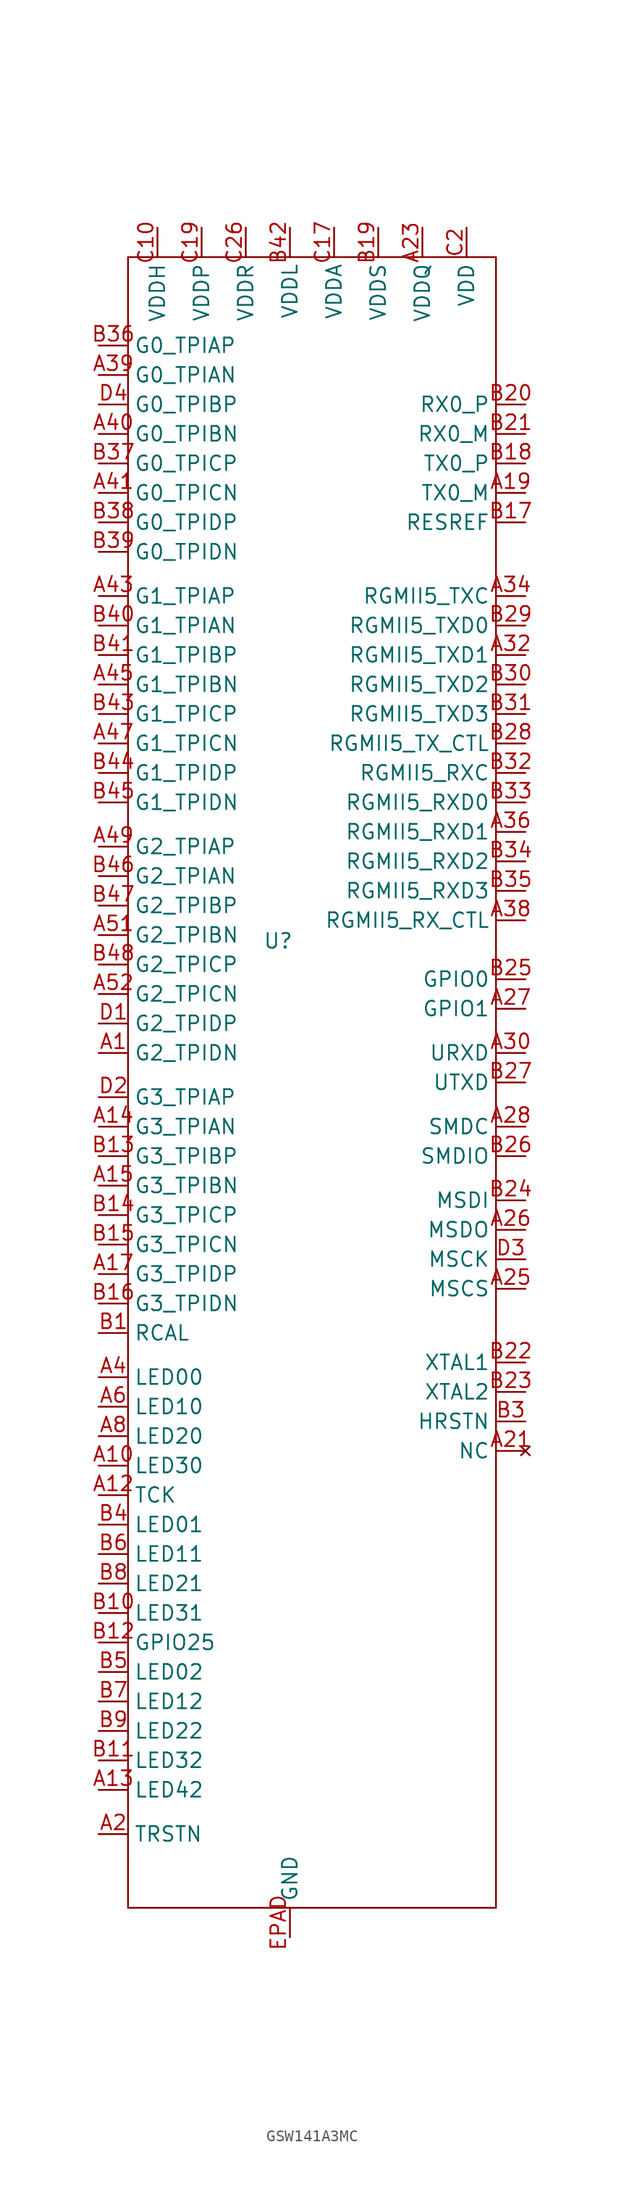
<source format=kicad_sym>
(kicad_symbol_lib
  (version 20231120)
  (generator "kicad_symbol_editor")
  (generator_version "8.0")
  (symbol "GSW141A3MC"
    (property "Reference" "U"
      (at -1.016 0.762 0)
      (effects (font (size 1.27 1.27))))
    (property "Value" ""
      (at -1.27 21.59 0)
      (effects (font (size 1.27 1.27))))
    (symbol "GSW141A3MC_0_1"
      (rectangle (start -13.97 59.69) (end 17.78 -82.55) (stroke (width 0) (type default)) (fill (type none))))
    (symbol "GSW141A3MC_1_0"
      (pin bidirectional line (at -16.51 -8.89 0) (length 2.54) (name "G2_TPIDN" (effects (font (size 1.27 1.27)))) (number "A1" (effects (font (size 1.27 1.27)))))
      (pin output line (at -16.51 -44.45 0) (length 2.54) (name "LED30" (effects (font (size 1.27 1.27)))) (number "A10" (effects (font (size 1.27 1.27)))))
      (pin output line (at -16.51 -46.99 0) (length 2.54) (name "TCK" (effects (font (size 1.27 1.27)))) (number "A12" (effects (font (size 1.27 1.27)))))
      (pin output line (at -16.51 -72.39 0) (length 2.54) (name "LED42" (effects (font (size 1.27 1.27)))) (number "A13" (effects (font (size 1.27 1.27)))))
      (pin bidirectional line (at -16.51 -15.24 0) (length 2.54) (name "G3_TPIAN" (effects (font (size 1.27 1.27)))) (number "A14" (effects (font (size 1.27 1.27)))))
      (pin bidirectional line (at -16.51 -20.32 0) (length 2.54) (name "G3_TPIBN" (effects (font (size 1.27 1.27)))) (number "A15" (effects (font (size 1.27 1.27)))))
      (pin bidirectional line (at -16.51 -27.94 0) (length 2.54) (name "G3_TPIDP" (effects (font (size 1.27 1.27)))) (number "A17" (effects (font (size 1.27 1.27)))))
      (pin output line (at 20.32 39.37 180) (length 2.54) (name "TX0_M" (effects (font (size 1.27 1.27)))) (number "A19" (effects (font (size 1.27 1.27)))))
      (pin input line (at -16.51 -76.2 0) (length 2.54) (name "TRSTN" (effects (font (size 1.27 1.27)))) (number "A2" (effects (font (size 1.27 1.27)))))
      (pin no_connect line (at 20.32 -43.18 180) (length 2.54) (name "NC" (effects (font (size 1.27 1.27)))) (number "A21" (effects (font (size 1.27 1.27)))))
      (pin power_in line (at 11.43 62.23 270) (length 2.54) (name "VDDQ" (effects (font (size 1.27 1.27)))) (number "A23" (effects (font (size 1.27 1.27)))))
      (pin bidirectional line (at 20.32 -29.21 180) (length 2.54) (name "MSCS" (effects (font (size 1.27 1.27)))) (number "A25" (effects (font (size 1.27 1.27)))))
      (pin bidirectional line (at 20.32 -24.13 180) (length 2.54) (name "MSDO" (effects (font (size 1.27 1.27)))) (number "A26" (effects (font (size 1.27 1.27)))))
      (pin bidirectional line (at 20.32 -5.08 180) (length 2.54) (name "GPIO1" (effects (font (size 1.27 1.27)))) (number "A27" (effects (font (size 1.27 1.27)))))
      (pin bidirectional line (at 20.32 -15.24 180) (length 2.54) (name "SMDC" (effects (font (size 1.27 1.27)))) (number "A28" (effects (font (size 1.27 1.27)))))
      (pin bidirectional line (at 20.32 -8.89 180) (length 2.54) (name "URXD" (effects (font (size 1.27 1.27)))) (number "A30" (effects (font (size 1.27 1.27)))))
      (pin output line (at 20.32 25.4 180) (length 2.54) (name "RGMII5_TXD1" (effects (font (size 1.27 1.27)))) (number "A32" (effects (font (size 1.27 1.27)))))
      (pin output line (at 20.32 30.48 180) (length 2.54) (name "RGMII5_TXC" (effects (font (size 1.27 1.27)))) (number "A34" (effects (font (size 1.27 1.27)))))
      (pin input line (at 20.32 10.16 180) (length 2.54) (name "RGMII5_RXD1" (effects (font (size 1.27 1.27)))) (number "A36" (effects (font (size 1.27 1.27)))))
      (pin input line (at 20.32 2.54 180) (length 2.54) (name "RGMII5_RX_CTL" (effects (font (size 1.27 1.27)))) (number "A38" (effects (font (size 1.27 1.27)))))
      (pin output line (at -16.51 -36.83 0) (length 2.54) (name "LED00" (effects (font (size 1.27 1.27)))) (number "A4" (effects (font (size 1.27 1.27)))))
      (pin bidirectional line (at -16.51 30.48 0) (length 2.54) (name "G1_TPIAP" (effects (font (size 1.27 1.27)))) (number "A43" (effects (font (size 1.27 1.27)))))
      (pin bidirectional line (at -16.51 22.86 0) (length 2.54) (name "G1_TPIBN" (effects (font (size 1.27 1.27)))) (number "A45" (effects (font (size 1.27 1.27)))))
      (pin bidirectional line (at -16.51 17.78 0) (length 2.54) (name "G1_TPICN" (effects (font (size 1.27 1.27)))) (number "A47" (effects (font (size 1.27 1.27)))))
      (pin bidirectional line (at -16.51 8.89 0) (length 2.54) (name "G2_TPIAP" (effects (font (size 1.27 1.27)))) (number "A49" (effects (font (size 1.27 1.27)))))
      (pin bidirectional line (at -16.51 1.27 0) (length 2.54) (name "G2_TPIBN" (effects (font (size 1.27 1.27)))) (number "A51" (effects (font (size 1.27 1.27)))))
      (pin bidirectional line (at -16.51 -3.81 0) (length 2.54) (name "G2_TPICN" (effects (font (size 1.27 1.27)))) (number "A52" (effects (font (size 1.27 1.27)))))
      (pin output line (at -16.51 -39.37 0) (length 2.54) (name "LED10" (effects (font (size 1.27 1.27)))) (number "A6" (effects (font (size 1.27 1.27)))))
      (pin output line (at -16.51 -41.91 0) (length 2.54) (name "LED20" (effects (font (size 1.27 1.27)))) (number "A8" (effects (font (size 1.27 1.27)))))
      (pin bidirectional line (at -16.51 -33.02 0) (length 2.54) (name "RCAL" (effects (font (size 1.27 1.27)))) (number "B1" (effects (font (size 1.27 1.27)))))
      (pin output line (at -16.51 -57.15 0) (length 2.54) (name "LED31" (effects (font (size 1.27 1.27)))) (number "B10" (effects (font (size 1.27 1.27)))))
      (pin output line (at -16.51 -69.85 0) (length 2.54) (name "LED32" (effects (font (size 1.27 1.27)))) (number "B11" (effects (font (size 1.27 1.27)))))
      (pin bidirectional line (at -16.51 -59.69 0) (length 2.54) (name "GPIO25" (effects (font (size 1.27 1.27)))) (number "B12" (effects (font (size 1.27 1.27)))))
      (pin bidirectional line (at -16.51 -17.78 0) (length 2.54) (name "G3_TPIBP" (effects (font (size 1.27 1.27)))) (number "B13" (effects (font (size 1.27 1.27)))))
      (pin bidirectional line (at -16.51 -22.86 0) (length 2.54) (name "G3_TPICP" (effects (font (size 1.27 1.27)))) (number "B14" (effects (font (size 1.27 1.27)))))
      (pin bidirectional line (at -16.51 -25.4 0) (length 2.54) (name "G3_TPICN" (effects (font (size 1.27 1.27)))) (number "B15" (effects (font (size 1.27 1.27)))))
      (pin bidirectional line (at -16.51 -30.48 0) (length 2.54) (name "G3_TPIDN" (effects (font (size 1.27 1.27)))) (number "B16" (effects (font (size 1.27 1.27)))))
      (pin output line (at 20.32 36.83 180) (length 2.54) (name "RESREF" (effects (font (size 1.27 1.27)))) (number "B17" (effects (font (size 1.27 1.27)))))
      (pin output line (at 20.32 41.91 180) (length 2.54) (name "TX0_P" (effects (font (size 1.27 1.27)))) (number "B18" (effects (font (size 1.27 1.27)))))
      (pin power_in line (at 7.62 62.23 270) (length 2.54) (name "VDDS" (effects (font (size 1.27 1.27)))) (number "B19" (effects (font (size 1.27 1.27)))))
      (pin no_connect line (at 20.32 -43.18 180) (length 2.54) hide (name "NC" (effects (font (size 1.27 1.27)))) (number "B2" (effects (font (size 1.27 1.27)))))
      (pin input line (at 20.32 46.99 180) (length 2.54) (name "RX0_P" (effects (font (size 1.27 1.27)))) (number "B20" (effects (font (size 1.27 1.27)))))
      (pin input line (at 20.32 44.45 180) (length 2.54) (name "RX0_M" (effects (font (size 1.27 1.27)))) (number "B21" (effects (font (size 1.27 1.27)))))
      (pin input line (at 20.32 -35.56 180) (length 2.54) (name "XTAL1" (effects (font (size 1.27 1.27)))) (number "B22" (effects (font (size 1.27 1.27)))))
      (pin output line (at 20.32 -38.1 180) (length 2.54) (name "XTAL2" (effects (font (size 1.27 1.27)))) (number "B23" (effects (font (size 1.27 1.27)))))
      (pin bidirectional line (at 20.32 -21.59 180) (length 2.54) (name "MSDI" (effects (font (size 1.27 1.27)))) (number "B24" (effects (font (size 1.27 1.27)))))
      (pin bidirectional line (at 20.32 -2.54 180) (length 2.54) (name "GPIO0" (effects (font (size 1.27 1.27)))) (number "B25" (effects (font (size 1.27 1.27)))))
      (pin bidirectional line (at 20.32 -17.78 180) (length 2.54) (name "SMDIO" (effects (font (size 1.27 1.27)))) (number "B26" (effects (font (size 1.27 1.27)))))
      (pin bidirectional line (at 20.32 -11.43 180) (length 2.54) (name "UTXD" (effects (font (size 1.27 1.27)))) (number "B27" (effects (font (size 1.27 1.27)))))
      (pin output line (at 20.32 17.78 180) (length 2.54) (name "RGMII5_TX_CTL" (effects (font (size 1.27 1.27)))) (number "B28" (effects (font (size 1.27 1.27)))))
      (pin output line (at 20.32 27.94 180) (length 2.54) (name "RGMII5_TXD0" (effects (font (size 1.27 1.27)))) (number "B29" (effects (font (size 1.27 1.27)))))
      (pin input line (at 20.32 -40.64 180) (length 2.54) (name "HRSTN" (effects (font (size 1.27 1.27)))) (number "B3" (effects (font (size 1.27 1.27)))))
      (pin output line (at 20.32 22.86 180) (length 2.54) (name "RGMII5_TXD2" (effects (font (size 1.27 1.27)))) (number "B30" (effects (font (size 1.27 1.27)))))
      (pin output line (at 20.32 20.32 180) (length 2.54) (name "RGMII5_TXD3" (effects (font (size 1.27 1.27)))) (number "B31" (effects (font (size 1.27 1.27)))))
      (pin input line (at 20.32 15.24 180) (length 2.54) (name "RGMII5_RXC" (effects (font (size 1.27 1.27)))) (number "B32" (effects (font (size 1.27 1.27)))))
      (pin input line (at 20.32 12.7 180) (length 2.54) (name "RGMII5_RXD0" (effects (font (size 1.27 1.27)))) (number "B33" (effects (font (size 1.27 1.27)))))
      (pin input line (at 20.32 7.62 180) (length 2.54) (name "RGMII5_RXD2" (effects (font (size 1.27 1.27)))) (number "B34" (effects (font (size 1.27 1.27)))))
      (pin input line (at 20.32 5.08 180) (length 2.54) (name "RGMII5_RXD3" (effects (font (size 1.27 1.27)))) (number "B35" (effects (font (size 1.27 1.27)))))
      (pin bidirectional line (at -16.51 36.83 0) (length 2.54) (name "G0_TPIDP" (effects (font (size 1.27 1.27)))) (number "B38" (effects (font (size 1.27 1.27)))))
      (pin bidirectional line (at -16.51 34.29 0) (length 2.54) (name "G0_TPIDN" (effects (font (size 1.27 1.27)))) (number "B39" (effects (font (size 1.27 1.27)))))
      (pin output line (at -16.51 -49.53 0) (length 2.54) (name "LED01" (effects (font (size 1.27 1.27)))) (number "B4" (effects (font (size 1.27 1.27)))))
      (pin bidirectional line (at -16.51 27.94 0) (length 2.54) (name "G1_TPIAN" (effects (font (size 1.27 1.27)))) (number "B40" (effects (font (size 1.27 1.27)))))
      (pin bidirectional line (at -16.51 25.4 0) (length 2.54) (name "G1_TPIBP" (effects (font (size 1.27 1.27)))) (number "B41" (effects (font (size 1.27 1.27)))))
      (pin power_in line (at 0 62.23 270) (length 2.54) (name "VDDL" (effects (font (size 1.27 1.27)))) (number "B42" (effects (font (size 1.27 1.27)))))
      (pin bidirectional line (at -16.51 20.32 0) (length 2.54) (name "G1_TPICP" (effects (font (size 1.27 1.27)))) (number "B43" (effects (font (size 1.27 1.27)))))
      (pin bidirectional line (at -16.51 15.24 0) (length 2.54) (name "G1_TPIDP" (effects (font (size 1.27 1.27)))) (number "B44" (effects (font (size 1.27 1.27)))))
      (pin bidirectional line (at -16.51 12.7 0) (length 2.54) (name "G1_TPIDN" (effects (font (size 1.27 1.27)))) (number "B45" (effects (font (size 1.27 1.27)))))
      (pin bidirectional line (at -16.51 6.35 0) (length 2.54) (name "G2_TPIAN" (effects (font (size 1.27 1.27)))) (number "B46" (effects (font (size 1.27 1.27)))))
      (pin bidirectional line (at -16.51 3.81 0) (length 2.54) (name "G2_TPIBP" (effects (font (size 1.27 1.27)))) (number "B47" (effects (font (size 1.27 1.27)))))
      (pin bidirectional line (at -16.51 -1.27 0) (length 2.54) (name "G2_TPICP" (effects (font (size 1.27 1.27)))) (number "B48" (effects (font (size 1.27 1.27)))))
      (pin output line (at -16.51 -62.23 0) (length 2.54) (name "LED02" (effects (font (size 1.27 1.27)))) (number "B5" (effects (font (size 1.27 1.27)))))
      (pin output line (at -16.51 -52.07 0) (length 2.54) (name "LED11" (effects (font (size 1.27 1.27)))) (number "B6" (effects (font (size 1.27 1.27)))))
      (pin output line (at -16.51 -64.77 0) (length 2.54) (name "LED12" (effects (font (size 1.27 1.27)))) (number "B7" (effects (font (size 1.27 1.27)))))
      (pin output line (at -16.51 -54.61 0) (length 2.54) (name "LED21" (effects (font (size 1.27 1.27)))) (number "B8" (effects (font (size 1.27 1.27)))))
      (pin output line (at -16.51 -67.31 0) (length 2.54) (name "LED22" (effects (font (size 1.27 1.27)))) (number "B9" (effects (font (size 1.27 1.27)))))
      (pin power_in line (at -11.43 62.23 270) (length 2.54) (name "VDDH" (effects (font (size 1.27 1.27)))) (number "C10" (effects (font (size 1.27 1.27)))))
      (pin power_in line (at 0 62.23 270) (length 2.54) hide (name "VDDL" (effects (font (size 1.27 1.27)))) (number "C12" (effects (font (size 1.27 1.27)))))
      (pin power_in line (at -11.43 62.23 270) (length 2.54) hide (name "VDDH" (effects (font (size 1.27 1.27)))) (number "C14" (effects (font (size 1.27 1.27)))))
      (pin power_in line (at 7.62 62.23 270) (length 2.54) hide (name "VDDS" (effects (font (size 1.27 1.27)))) (number "C15" (effects (font (size 1.27 1.27)))))
      (pin power_in line (at 3.81 62.23 270) (length 2.54) (name "VDDA" (effects (font (size 1.27 1.27)))) (number "C17" (effects (font (size 1.27 1.27)))))
      (pin power_in line (at -7.62 62.23 270) (length 2.54) (name "VDDP" (effects (font (size 1.27 1.27)))) (number "C19" (effects (font (size 1.27 1.27)))))
      (pin power_in line (at 15.24 62.23 270) (length 2.54) (name "VDD" (effects (font (size 1.27 1.27)))) (number "C2" (effects (font (size 1.27 1.27)))))
      (pin power_in line (at -7.62 62.23 270) (length 2.54) hide (name "VDDP" (effects (font (size 1.27 1.27)))) (number "C21" (effects (font (size 1.27 1.27)))))
      (pin power_in line (at 15.24 62.23 270) (length 2.54) hide (name "VDD" (effects (font (size 1.27 1.27)))) (number "C23" (effects (font (size 1.27 1.27)))))
      (pin power_in line (at 15.24 62.23 270) (length 2.54) hide (name "VDD" (effects (font (size 1.27 1.27)))) (number "C25" (effects (font (size 1.27 1.27)))))
      (pin power_in line (at -3.81 62.23 270) (length 2.54) (name "VDDR" (effects (font (size 1.27 1.27)))) (number "C26" (effects (font (size 1.27 1.27)))))
      (pin power_in line (at -3.81 62.23 270) (length 2.54) hide (name "VDDR" (effects (font (size 1.27 1.27)))) (number "C28" (effects (font (size 1.27 1.27)))))
      (pin power_in line (at -11.43 62.23 270) (length 2.54) hide (name "VDDH" (effects (font (size 1.27 1.27)))) (number "C31" (effects (font (size 1.27 1.27)))))
      (pin power_in line (at 0 62.23 270) (length 2.54) hide (name "VDDL" (effects (font (size 1.27 1.27)))) (number "C33" (effects (font (size 1.27 1.27)))))
      (pin power_in line (at -11.43 62.23 270) (length 2.54) hide (name "VDDH" (effects (font (size 1.27 1.27)))) (number "C34" (effects (font (size 1.27 1.27)))))
      (pin power_in line (at -11.43 62.23 270) (length 2.54) hide (name "VDDH" (effects (font (size 1.27 1.27)))) (number "C36" (effects (font (size 1.27 1.27)))))
      (pin power_in line (at 0 62.23 270) (length 2.54) hide (name "VDDL" (effects (font (size 1.27 1.27)))) (number "C37" (effects (font (size 1.27 1.27)))))
      (pin power_in line (at -11.43 62.23 270) (length 2.54) hide (name "VDDH" (effects (font (size 1.27 1.27)))) (number "C39" (effects (font (size 1.27 1.27)))))
      (pin power_in line (at 15.24 62.23 270) (length 2.54) hide (name "VDD" (effects (font (size 1.27 1.27)))) (number "C4" (effects (font (size 1.27 1.27)))))
      (pin power_in line (at -7.62 62.23 270) (length 2.54) hide (name "VDDP" (effects (font (size 1.27 1.27)))) (number "C6" (effects (font (size 1.27 1.27)))))
      (pin power_in line (at -7.62 62.23 270) (length 2.54) hide (name "VDDP" (effects (font (size 1.27 1.27)))) (number "C8" (effects (font (size 1.27 1.27)))))
      (pin bidirectional line (at -16.51 -6.35 0) (length 2.54) (name "G2_TPIDP" (effects (font (size 1.27 1.27)))) (number "D1" (effects (font (size 1.27 1.27)))))
      (pin bidirectional line (at -16.51 -12.7 0) (length 2.54) (name "G3_TPIAP" (effects (font (size 1.27 1.27)))) (number "D2" (effects (font (size 1.27 1.27)))))
      (pin bidirectional line (at 20.32 -26.67 180) (length 2.54) (name "MSCK" (effects (font (size 1.27 1.27)))) (number "D3" (effects (font (size 1.27 1.27)))))
      (pin passive line (at 0 -85.09 90) (length 2.54) (name "GND" (effects (font (size 1.27 1.27)))) (number "EPAD" (effects (font (size 1.27 1.27))))))
    (symbol "GSW141A3MC_1_1"
      (pin bidirectional line (at -16.51 49.53 0) (length 2.54) (name "G0_TPIAN" (effects (font (size 1.27 1.27)))) (number "A39" (effects (font (size 1.27 1.27)))))
      (pin bidirectional line (at -16.51 44.45 0) (length 2.54) (name "G0_TPIBN" (effects (font (size 1.27 1.27)))) (number "A40" (effects (font (size 1.27 1.27)))))
      (pin bidirectional line (at -16.51 39.37 0) (length 2.54) (name "G0_TPICN" (effects (font (size 1.27 1.27)))) (number "A41" (effects (font (size 1.27 1.27)))))
      (pin bidirectional line (at -16.51 52.07 0) (length 2.54) (name "G0_TPIAP" (effects (font (size 1.27 1.27)))) (number "B36" (effects (font (size 1.27 1.27)))))
      (pin bidirectional line (at -16.51 41.91 0) (length 2.54) (name "G0_TPICP" (effects (font (size 1.27 1.27)))) (number "B37" (effects (font (size 1.27 1.27)))))
      (pin bidirectional line (at -16.51 46.99 0) (length 2.54) (name "G0_TPIBP" (effects (font (size 1.27 1.27)))) (number "D4" (effects (font (size 1.27 1.27))))))))
</source>
